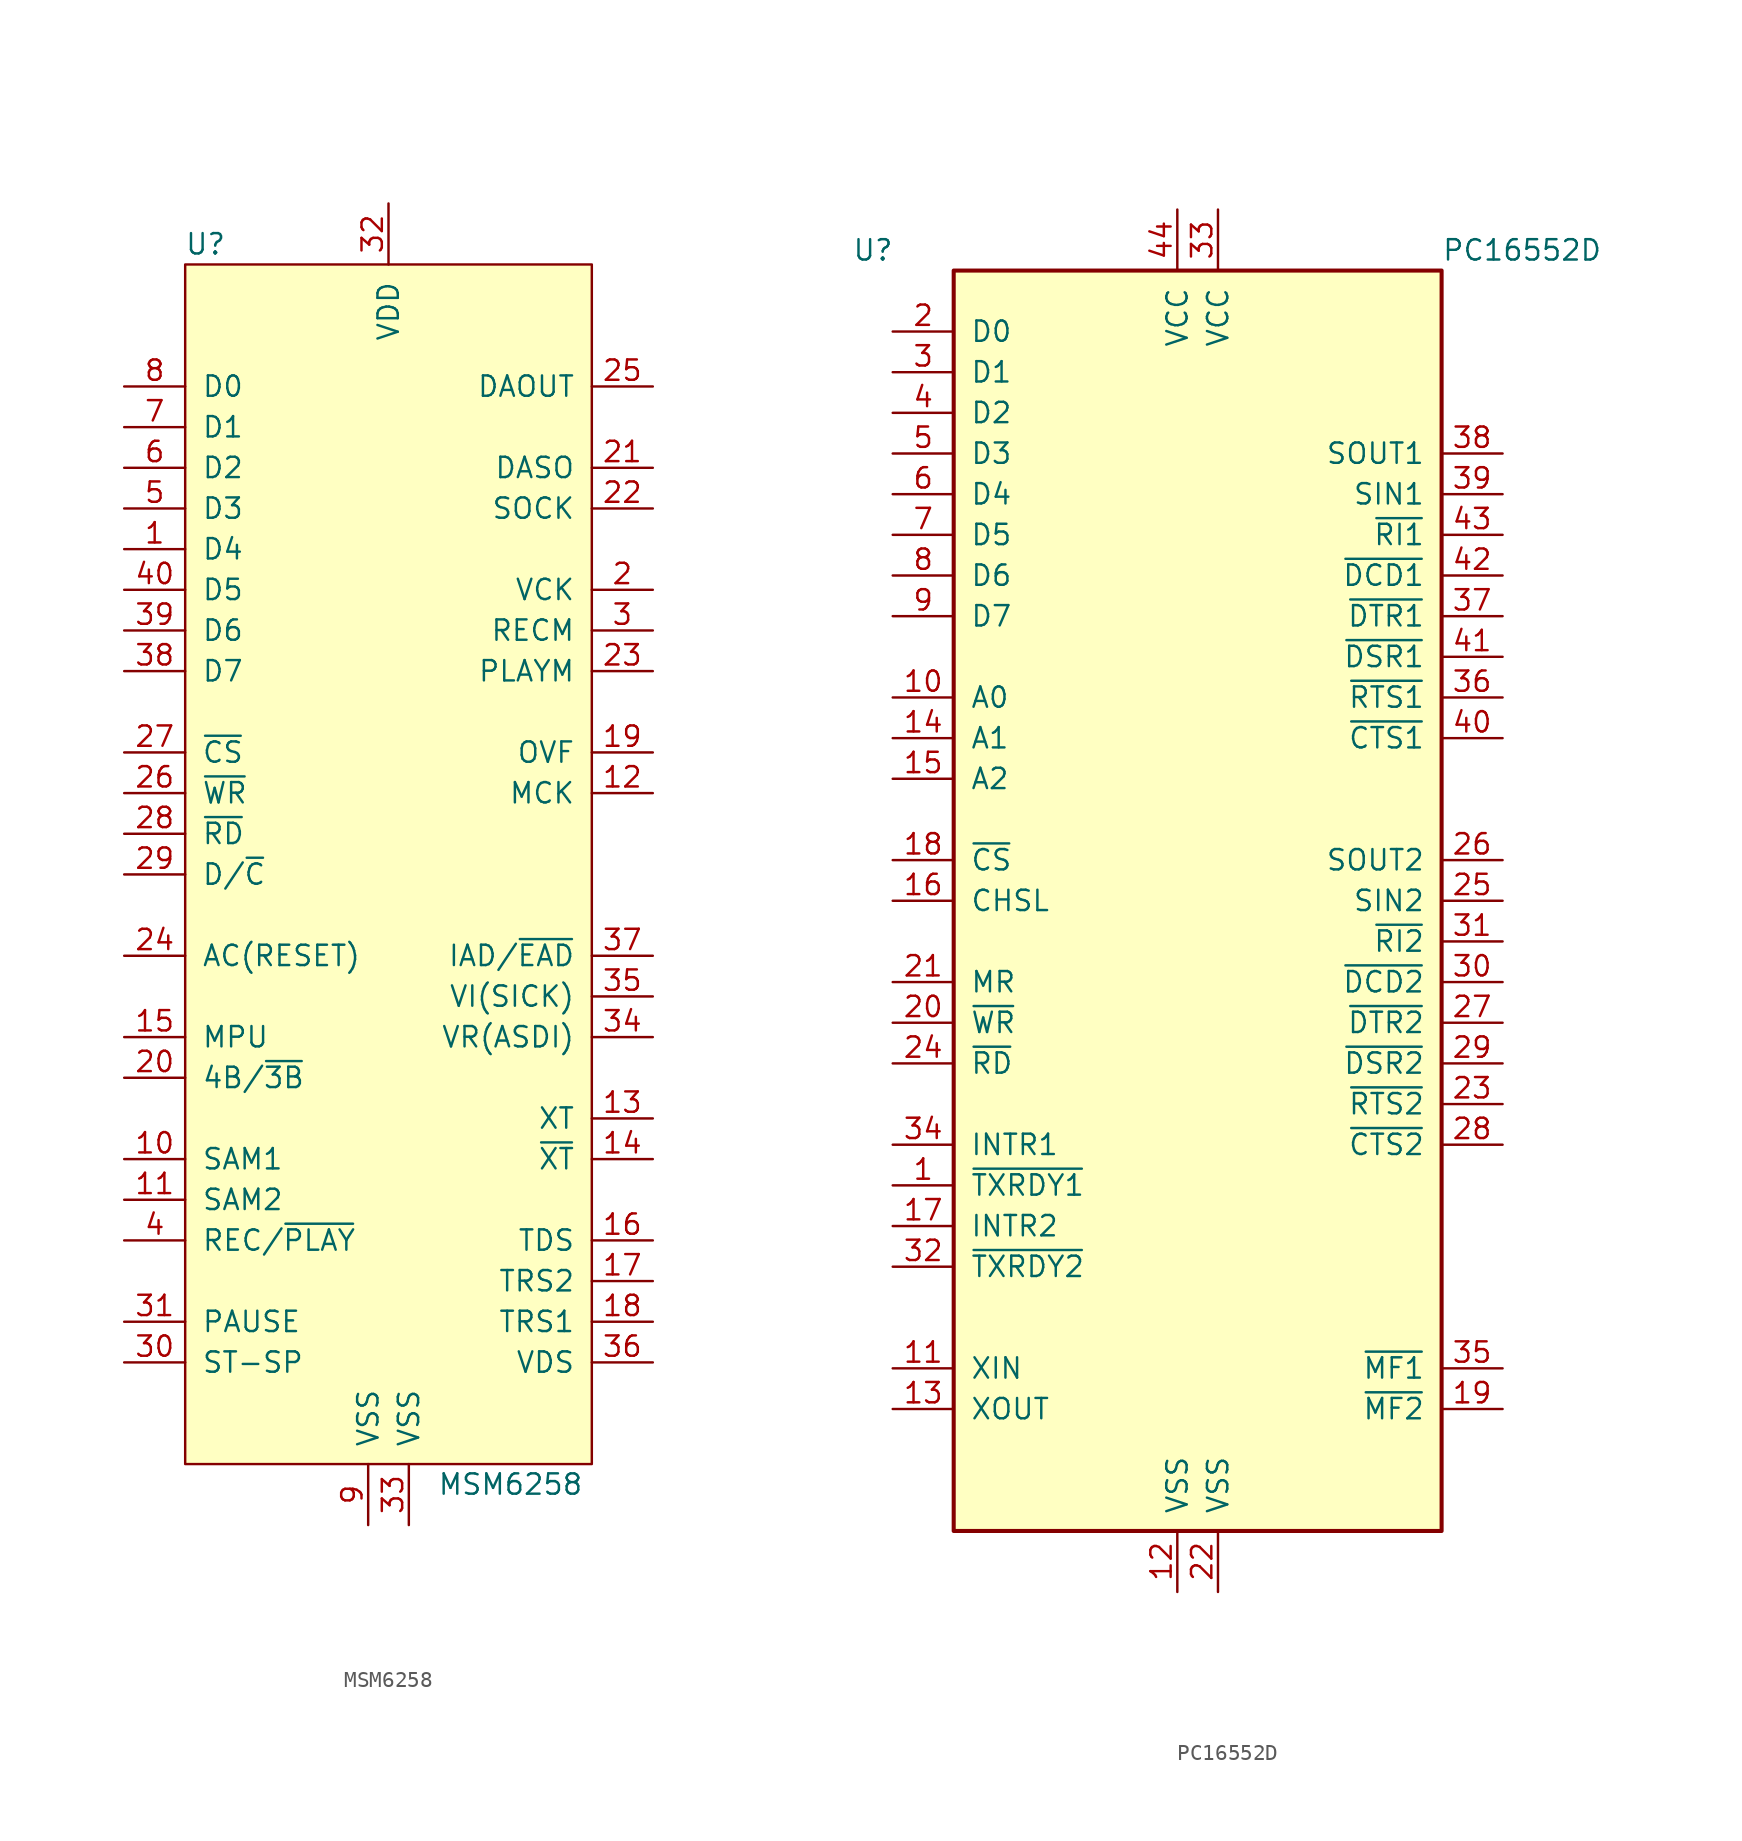
<source format=kicad_sym>
(kicad_symbol_lib
  (version 20220914)
  (generator kicad_symbol_editor)
  (symbol "MSM6258"
    (pin_names
      (offset 1.016))
    (property "Reference" "U"
      (at -11.43 43.18 0)
      (effects (font (size 1.27 1.27))))
    (property "Value" "MSM6258"
      (at 7.62 -34.29 0)
      (effects (font (size 1.27 1.27))))
    (symbol "MSM6258_0_1"
      (rectangle (start -12.7 41.91) (end 12.7 -33.02) (stroke (width 0) (type default)) (fill (type background))))
    (symbol "MSM6258_1_1"
      (pin bidirectional line (at -16.51 24.13 0) (length 3.81) (name "D4" (effects (font (size 1.27 1.27)))) (number "1" (effects (font (size 1.27 1.27)))))
      (pin input line (at -16.51 -13.97 0) (length 3.81) (name "SAM1" (effects (font (size 1.27 1.27)))) (number "10" (effects (font (size 1.27 1.27)))))
      (pin input line (at -16.51 -16.51 0) (length 3.81) (name "SAM2" (effects (font (size 1.27 1.27)))) (number "11" (effects (font (size 1.27 1.27)))))
      (pin output line (at 16.51 8.89 180) (length 3.81) (name "MCK" (effects (font (size 1.27 1.27)))) (number "12" (effects (font (size 1.27 1.27)))))
      (pin input line (at 16.51 -11.43 180) (length 3.81) (name "XT" (effects (font (size 1.27 1.27)))) (number "13" (effects (font (size 1.27 1.27)))))
      (pin output line (at 16.51 -13.97 180) (length 3.81) (name "~{XT}" (effects (font (size 1.27 1.27)))) (number "14" (effects (font (size 1.27 1.27)))))
      (pin input line (at -16.51 -6.35 0) (length 3.81) (name "MPU" (effects (font (size 1.27 1.27)))) (number "15" (effects (font (size 1.27 1.27)))))
      (pin input line (at 16.51 -19.05 180) (length 3.81) (name "TDS" (effects (font (size 1.27 1.27)))) (number "16" (effects (font (size 1.27 1.27)))))
      (pin input line (at 16.51 -21.59 180) (length 3.81) (name "TRS2" (effects (font (size 1.27 1.27)))) (number "17" (effects (font (size 1.27 1.27)))))
      (pin input line (at 16.51 -24.13 180) (length 3.81) (name "TRS1" (effects (font (size 1.27 1.27)))) (number "18" (effects (font (size 1.27 1.27)))))
      (pin output line (at 16.51 11.43 180) (length 3.81) (name "OVF" (effects (font (size 1.27 1.27)))) (number "19" (effects (font (size 1.27 1.27)))))
      (pin output line (at 16.51 21.59 180) (length 3.81) (name "VCK" (effects (font (size 1.27 1.27)))) (number "2" (effects (font (size 1.27 1.27)))))
      (pin input line (at -16.51 -8.89 0) (length 3.81) (name "4B/~{3B}" (effects (font (size 1.27 1.27)))) (number "20" (effects (font (size 1.27 1.27)))))
      (pin output line (at 16.51 29.21 180) (length 3.81) (name "DASO" (effects (font (size 1.27 1.27)))) (number "21" (effects (font (size 1.27 1.27)))))
      (pin output line (at 16.51 26.67 180) (length 3.81) (name "SOCK" (effects (font (size 1.27 1.27)))) (number "22" (effects (font (size 1.27 1.27)))))
      (pin output line (at 16.51 16.51 180) (length 3.81) (name "PLAYM" (effects (font (size 1.27 1.27)))) (number "23" (effects (font (size 1.27 1.27)))))
      (pin input line (at -16.51 -1.27 0) (length 3.81) (name "AC(RESET)" (effects (font (size 1.27 1.27)))) (number "24" (effects (font (size 1.27 1.27)))))
      (pin output line (at 16.51 34.29 180) (length 3.81) (name "DAOUT" (effects (font (size 1.27 1.27)))) (number "25" (effects (font (size 1.27 1.27)))))
      (pin input line (at -16.51 8.89 0) (length 3.81) (name "~{WR}" (effects (font (size 1.27 1.27)))) (number "26" (effects (font (size 1.27 1.27)))))
      (pin input line (at -16.51 11.43 0) (length 3.81) (name "~{CS}" (effects (font (size 1.27 1.27)))) (number "27" (effects (font (size 1.27 1.27)))))
      (pin input line (at -16.51 6.35 0) (length 3.81) (name "~{RD}" (effects (font (size 1.27 1.27)))) (number "28" (effects (font (size 1.27 1.27)))))
      (pin input line (at -16.51 3.81 0) (length 3.81) (name "D/~{C}" (effects (font (size 1.27 1.27)))) (number "29" (effects (font (size 1.27 1.27)))))
      (pin output line (at 16.51 19.05 180) (length 3.81) (name "RECM" (effects (font (size 1.27 1.27)))) (number "3" (effects (font (size 1.27 1.27)))))
      (pin input line (at -16.51 -26.67 0) (length 3.81) (name "ST-SP" (effects (font (size 1.27 1.27)))) (number "30" (effects (font (size 1.27 1.27)))))
      (pin input line (at -16.51 -24.13 0) (length 3.81) (name "PAUSE" (effects (font (size 1.27 1.27)))) (number "31" (effects (font (size 1.27 1.27)))))
      (pin power_in line (at 0 45.72 270) (length 3.81) (name "VDD" (effects (font (size 1.27 1.27)))) (number "32" (effects (font (size 1.27 1.27)))))
      (pin power_in line (at 1.27 -36.83 90) (length 3.81) (name "VSS" (effects (font (size 1.27 1.27)))) (number "33" (effects (font (size 1.27 1.27)))))
      (pin input line (at 16.51 -6.35 180) (length 3.81) (name "VR(ASDI)" (effects (font (size 1.27 1.27)))) (number "34" (effects (font (size 1.27 1.27)))))
      (pin input line (at 16.51 -3.81 180) (length 3.81) (name "VI(SICK)" (effects (font (size 1.27 1.27)))) (number "35" (effects (font (size 1.27 1.27)))))
      (pin input line (at 16.51 -26.67 180) (length 3.81) (name "VDS" (effects (font (size 1.27 1.27)))) (number "36" (effects (font (size 1.27 1.27)))))
      (pin input line (at 16.51 -1.27 180) (length 3.81) (name "IAD/~{EAD}" (effects (font (size 1.27 1.27)))) (number "37" (effects (font (size 1.27 1.27)))))
      (pin bidirectional line (at -16.51 16.51 0) (length 3.81) (name "D7" (effects (font (size 1.27 1.27)))) (number "38" (effects (font (size 1.27 1.27)))))
      (pin bidirectional line (at -16.51 19.05 0) (length 3.81) (name "D6" (effects (font (size 1.27 1.27)))) (number "39" (effects (font (size 1.27 1.27)))))
      (pin input line (at -16.51 -19.05 0) (length 3.81) (name "REC/~{PLAY}" (effects (font (size 1.27 1.27)))) (number "4" (effects (font (size 1.27 1.27)))))
      (pin bidirectional line (at -16.51 21.59 0) (length 3.81) (name "D5" (effects (font (size 1.27 1.27)))) (number "40" (effects (font (size 1.27 1.27)))))
      (pin bidirectional line (at -16.51 26.67 0) (length 3.81) (name "D3" (effects (font (size 1.27 1.27)))) (number "5" (effects (font (size 1.27 1.27)))))
      (pin bidirectional line (at -16.51 29.21 0) (length 3.81) (name "D2" (effects (font (size 1.27 1.27)))) (number "6" (effects (font (size 1.27 1.27)))))
      (pin bidirectional line (at -16.51 31.75 0) (length 3.81) (name "D1" (effects (font (size 1.27 1.27)))) (number "7" (effects (font (size 1.27 1.27)))))
      (pin bidirectional line (at -16.51 34.29 0) (length 3.81) (name "D0" (effects (font (size 1.27 1.27)))) (number "8" (effects (font (size 1.27 1.27)))))
      (pin power_in line (at -1.27 -36.83 90) (length 3.81) (name "VSS" (effects (font (size 1.27 1.27)))) (number "9" (effects (font (size 1.27 1.27)))))))
  (symbol "PC16552D"
    (pin_names
      (offset 1.016))
    (property "Reference" "U"
      (at -21.59 40.64 0)
      (effects (font (size 1.27 1.27)) (justify left)))
    (property "Value" "PC16552D"
      (at 15.24 40.64 0)
      (effects (font (size 1.27 1.27)) (justify left)))
    (symbol "PC16552D_0_1"
      (rectangle (start -15.24 -39.37) (end 15.24 39.37) (stroke (width 0.254) (type default)) (fill (type background))))
    (symbol "PC16552D_1_1"
      (pin output line (at -19.05 -17.78 0) (length 3.81) (name "~{TXRDY1}" (effects (font (size 1.27 1.27)))) (number "1" (effects (font (size 1.27 1.27)))))
      (pin input line (at -19.05 12.7 0) (length 3.81) (name "A0" (effects (font (size 1.27 1.27)))) (number "10" (effects (font (size 1.27 1.27)))))
      (pin input line (at -19.05 -29.21 0) (length 3.81) (name "XIN" (effects (font (size 1.27 1.27)))) (number "11" (effects (font (size 1.27 1.27)))))
      (pin power_in line (at -1.27 -43.18 90) (length 3.81) (name "VSS" (effects (font (size 1.27 1.27)))) (number "12" (effects (font (size 1.27 1.27)))))
      (pin output line (at -19.05 -31.75 0) (length 3.81) (name "XOUT" (effects (font (size 1.27 1.27)))) (number "13" (effects (font (size 1.27 1.27)))))
      (pin input line (at -19.05 10.16 0) (length 3.81) (name "A1" (effects (font (size 1.27 1.27)))) (number "14" (effects (font (size 1.27 1.27)))))
      (pin input line (at -19.05 7.62 0) (length 3.81) (name "A2" (effects (font (size 1.27 1.27)))) (number "15" (effects (font (size 1.27 1.27)))))
      (pin input line (at -19.05 0 0) (length 3.81) (name "CHSL" (effects (font (size 1.27 1.27)))) (number "16" (effects (font (size 1.27 1.27)))))
      (pin output line (at -19.05 -20.32 0) (length 3.81) (name "INTR2" (effects (font (size 1.27 1.27)))) (number "17" (effects (font (size 1.27 1.27)))))
      (pin input line (at -19.05 2.54 0) (length 3.81) (name "~{CS}" (effects (font (size 1.27 1.27)))) (number "18" (effects (font (size 1.27 1.27)))))
      (pin output line (at 19.05 -31.75 180) (length 3.81) (name "~{MF2}" (effects (font (size 1.27 1.27)))) (number "19" (effects (font (size 1.27 1.27)))))
      (pin bidirectional line (at -19.05 35.56 0) (length 3.81) (name "D0" (effects (font (size 1.27 1.27)))) (number "2" (effects (font (size 1.27 1.27)))))
      (pin input line (at -19.05 -7.62 0) (length 3.81) (name "~{WR}" (effects (font (size 1.27 1.27)))) (number "20" (effects (font (size 1.27 1.27)))))
      (pin input line (at -19.05 -5.08 0) (length 3.81) (name "MR" (effects (font (size 1.27 1.27)))) (number "21" (effects (font (size 1.27 1.27)))))
      (pin power_in line (at 1.27 -43.18 90) (length 3.81) (name "VSS" (effects (font (size 1.27 1.27)))) (number "22" (effects (font (size 1.27 1.27)))))
      (pin output line (at 19.05 -12.7 180) (length 3.81) (name "~{RTS2}" (effects (font (size 1.27 1.27)))) (number "23" (effects (font (size 1.27 1.27)))))
      (pin input line (at -19.05 -10.16 0) (length 3.81) (name "~{RD}" (effects (font (size 1.27 1.27)))) (number "24" (effects (font (size 1.27 1.27)))))
      (pin input line (at 19.05 0 180) (length 3.81) (name "SIN2" (effects (font (size 1.27 1.27)))) (number "25" (effects (font (size 1.27 1.27)))))
      (pin output line (at 19.05 2.54 180) (length 3.81) (name "SOUT2" (effects (font (size 1.27 1.27)))) (number "26" (effects (font (size 1.27 1.27)))))
      (pin output line (at 19.05 -7.62 180) (length 3.81) (name "~{DTR2}" (effects (font (size 1.27 1.27)))) (number "27" (effects (font (size 1.27 1.27)))))
      (pin input line (at 19.05 -15.24 180) (length 3.81) (name "~{CTS2}" (effects (font (size 1.27 1.27)))) (number "28" (effects (font (size 1.27 1.27)))))
      (pin input line (at 19.05 -10.16 180) (length 3.81) (name "~{DSR2}" (effects (font (size 1.27 1.27)))) (number "29" (effects (font (size 1.27 1.27)))))
      (pin bidirectional line (at -19.05 33.02 0) (length 3.81) (name "D1" (effects (font (size 1.27 1.27)))) (number "3" (effects (font (size 1.27 1.27)))))
      (pin input line (at 19.05 -5.08 180) (length 3.81) (name "~{DCD2}" (effects (font (size 1.27 1.27)))) (number "30" (effects (font (size 1.27 1.27)))))
      (pin input line (at 19.05 -2.54 180) (length 3.81) (name "~{RI2}" (effects (font (size 1.27 1.27)))) (number "31" (effects (font (size 1.27 1.27)))))
      (pin output line (at -19.05 -22.86 0) (length 3.81) (name "~{TXRDY2}" (effects (font (size 1.27 1.27)))) (number "32" (effects (font (size 1.27 1.27)))))
      (pin power_in line (at 1.27 43.18 270) (length 3.81) (name "VCC" (effects (font (size 1.27 1.27)))) (number "33" (effects (font (size 1.27 1.27)))))
      (pin output line (at -19.05 -15.24 0) (length 3.81) (name "INTR1" (effects (font (size 1.27 1.27)))) (number "34" (effects (font (size 1.27 1.27)))))
      (pin output line (at 19.05 -29.21 180) (length 3.81) (name "~{MF1}" (effects (font (size 1.27 1.27)))) (number "35" (effects (font (size 1.27 1.27)))))
      (pin output line (at 19.05 12.7 180) (length 3.81) (name "~{RTS1}" (effects (font (size 1.27 1.27)))) (number "36" (effects (font (size 1.27 1.27)))))
      (pin output line (at 19.05 17.78 180) (length 3.81) (name "~{DTR1}" (effects (font (size 1.27 1.27)))) (number "37" (effects (font (size 1.27 1.27)))))
      (pin output line (at 19.05 27.94 180) (length 3.81) (name "SOUT1" (effects (font (size 1.27 1.27)))) (number "38" (effects (font (size 1.27 1.27)))))
      (pin input line (at 19.05 25.4 180) (length 3.81) (name "SIN1" (effects (font (size 1.27 1.27)))) (number "39" (effects (font (size 1.27 1.27)))))
      (pin bidirectional line (at -19.05 30.48 0) (length 3.81) (name "D2" (effects (font (size 1.27 1.27)))) (number "4" (effects (font (size 1.27 1.27)))))
      (pin input line (at 19.05 10.16 180) (length 3.81) (name "~{CTS1}" (effects (font (size 1.27 1.27)))) (number "40" (effects (font (size 1.27 1.27)))))
      (pin input line (at 19.05 15.24 180) (length 3.81) (name "~{DSR1}" (effects (font (size 1.27 1.27)))) (number "41" (effects (font (size 1.27 1.27)))))
      (pin input line (at 19.05 20.32 180) (length 3.81) (name "~{DCD1}" (effects (font (size 1.27 1.27)))) (number "42" (effects (font (size 1.27 1.27)))))
      (pin input line (at 19.05 22.86 180) (length 3.81) (name "~{RI1}" (effects (font (size 1.27 1.27)))) (number "43" (effects (font (size 1.27 1.27)))))
      (pin power_in line (at -1.27 43.18 270) (length 3.81) (name "VCC" (effects (font (size 1.27 1.27)))) (number "44" (effects (font (size 1.27 1.27)))))
      (pin bidirectional line (at -19.05 27.94 0) (length 3.81) (name "D3" (effects (font (size 1.27 1.27)))) (number "5" (effects (font (size 1.27 1.27)))))
      (pin bidirectional line (at -19.05 25.4 0) (length 3.81) (name "D4" (effects (font (size 1.27 1.27)))) (number "6" (effects (font (size 1.27 1.27)))))
      (pin bidirectional line (at -19.05 22.86 0) (length 3.81) (name "D5" (effects (font (size 1.27 1.27)))) (number "7" (effects (font (size 1.27 1.27)))))
      (pin bidirectional line (at -19.05 20.32 0) (length 3.81) (name "D6" (effects (font (size 1.27 1.27)))) (number "8" (effects (font (size 1.27 1.27)))))
      (pin bidirectional line (at -19.05 17.78 0) (length 3.81) (name "D7" (effects (font (size 1.27 1.27)))) (number "9" (effects (font (size 1.27 1.27))))))))
</source>
